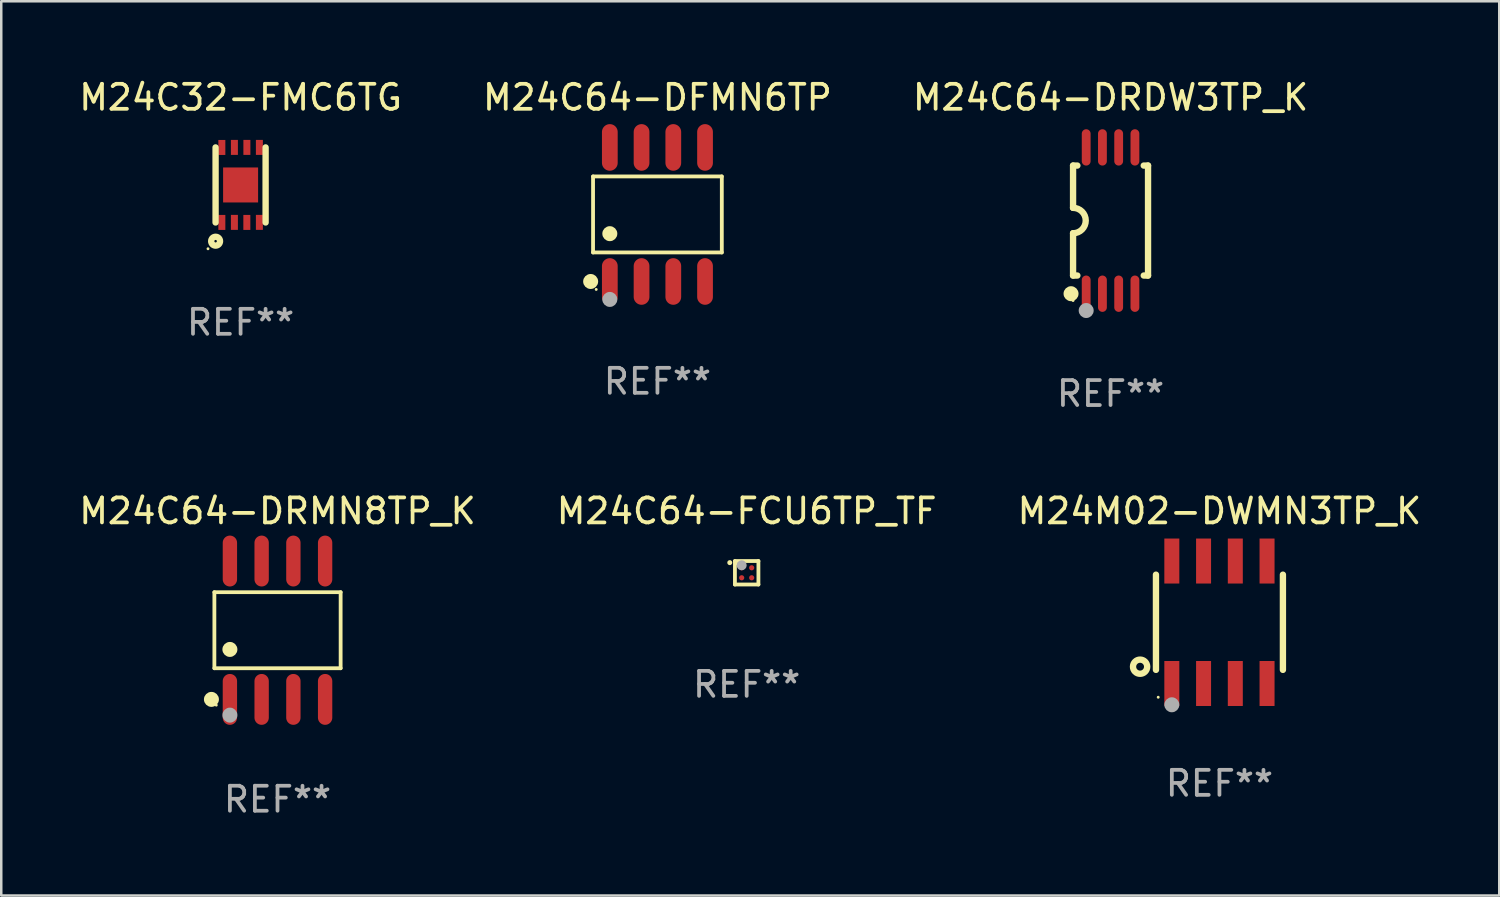
<source format=kicad_pcb>
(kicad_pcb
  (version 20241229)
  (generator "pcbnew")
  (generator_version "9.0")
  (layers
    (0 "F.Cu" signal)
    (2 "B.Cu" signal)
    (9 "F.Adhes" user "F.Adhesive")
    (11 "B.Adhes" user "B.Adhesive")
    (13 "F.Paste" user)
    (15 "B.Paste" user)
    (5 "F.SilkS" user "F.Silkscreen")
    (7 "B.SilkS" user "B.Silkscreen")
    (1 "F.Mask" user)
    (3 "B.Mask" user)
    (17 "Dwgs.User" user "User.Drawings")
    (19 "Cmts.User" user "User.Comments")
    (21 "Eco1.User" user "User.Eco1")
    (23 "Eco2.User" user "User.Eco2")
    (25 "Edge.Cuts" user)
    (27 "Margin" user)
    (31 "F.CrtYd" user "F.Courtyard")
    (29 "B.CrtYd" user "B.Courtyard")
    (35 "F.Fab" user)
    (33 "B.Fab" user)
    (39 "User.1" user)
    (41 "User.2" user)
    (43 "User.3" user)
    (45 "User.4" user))
  (footprint "M24C64-DFMN6TP"
    (layer "F.Cu")
    (at 23.256 5.531)
    (property "Reference" "M24C64-DFMN6TP" (at 0 -4.682 0) (layer "F.SilkS") (effects (font (size 1 1) (thickness 0.15))))
    (attr through_hole)
    (fp_line (start -2.576 -1.521) (end 2.576 -1.521) (stroke (width 0.152) (type solid)) (layer "F.SilkS"))
    (fp_line (start -2.576 1.521) (end -2.576 -1.521) (stroke (width 0.152) (type solid)) (layer "F.SilkS"))
    (fp_line (start 2.576 -1.521) (end 2.576 1.521) (stroke (width 0.152) (type solid)) (layer "F.SilkS"))
    (fp_line (start 2.576 1.521) (end -2.576 1.521) (stroke (width 0.152) (type solid)) (layer "F.SilkS"))
    (fp_circle (center -2.672 2.682) (end -2.522 2.682) (stroke (width 0.3) (type solid)) (fill no) (layer "F.SilkS"))
    (fp_circle (center -2.45 3) (end -2.42 3) (stroke (width 0.06) (type solid)) (fill no) (layer "F.SilkS"))
    (fp_circle (center -1.905 0.769) (end -1.755 0.769) (stroke (width 0.3) (type solid)) (fill no) (layer "F.SilkS"))
    (fp_circle (center -1.905 3.4) (end -1.755 3.4) (stroke (width 0.3) (type solid)) (fill no) (layer "F.Fab"))
    (fp_text user "REF**" (at 0 6.682 0) (layer "F.Fab") (effects (font (size 1 1) (thickness 0.15))))
    (pad "1" smd oval (at -1.905 2.682) (size 0.63 1.865) (layers "F.Cu" "F.Mask" "F.Paste"))
    (pad "2" smd oval (at -0.635 2.682) (size 0.63 1.865) (layers "F.Cu" "F.Mask" "F.Paste"))
    (pad "3" smd oval (at 0.635 2.682) (size 0.63 1.865) (layers "F.Cu" "F.Mask" "F.Paste"))
    (pad "4" smd oval (at 1.905 2.682) (size 0.63 1.865) (layers "F.Cu" "F.Mask" "F.Paste"))
    (pad "5" smd oval (at 1.905 -2.682) (size 0.63 1.865) (layers "F.Cu" "F.Mask" "F.Paste"))
    (pad "6" smd oval (at 0.635 -2.682) (size 0.63 1.865) (layers "F.Cu" "F.Mask" "F.Paste"))
    (pad "7" smd oval (at -0.635 -2.682) (size 0.63 1.865) (layers "F.Cu" "F.Mask" "F.Paste"))
    (pad "8" smd oval (at -1.905 -2.682) (size 0.63 1.865) (layers "F.Cu" "F.Mask" "F.Paste")))
  (footprint "M24C64-DRDW3TP_K"
    (layer "F.Cu")
    (at 41.387 5.775)
    (property "Reference" "M24C64-DRDW3TP_K" (at 0 -4.927 0) (layer "F.SilkS") (effects (font (size 1 1) (thickness 0.15))))
    (attr through_hole)
    (fp_line (start -1.5 -2.2) (end -1.5 -0.508) (stroke (width 0.254) (type solid)) (layer "F.SilkS"))
    (fp_line (start -1.5 -2.2) (end -1.328 -2.2) (stroke (width 0.254) (type solid)) (layer "F.SilkS"))
    (fp_line (start -1.5 2.2) (end -1.5 0.508) (stroke (width 0.254) (type solid)) (layer "F.SilkS"))
    (fp_line (start -1.5 2.2) (end -1.328 2.2) (stroke (width 0.254) (type solid)) (layer "F.SilkS"))
    (fp_line (start 1.328 -2.2) (end 1.5 -2.2) (stroke (width 0.254) (type solid)) (layer "F.SilkS"))
    (fp_line (start 1.328 2.2) (end 1.5 2.2) (stroke (width 0.254) (type solid)) (layer "F.SilkS"))
    (fp_line (start 1.5 -2.2) (end 1.5 2.2) (stroke (width 0.254) (type solid)) (layer "F.SilkS"))
    (fp_arc (start -1.501144 -0.508) (mid -0.993143 -0.000571) (end -1.5 0.508001) (stroke (width 0.254001) (type solid)) (layer "F.SilkS"))
    (fp_circle (center -1.581 2.927) (end -1.431 2.927) (stroke (width 0.3) (type solid)) (fill no) (layer "F.SilkS"))
    (fp_circle (center -1.5 3.2) (end -1.47 3.2) (stroke (width 0.06) (type solid)) (fill no) (layer "F.SilkS"))
    (fp_circle (center -0.975 3.6) (end -0.825 3.6) (stroke (width 0.3) (type solid)) (fill no) (layer "F.Fab"))
    (fp_text user "REF**" (at 0 6.927 0) (layer "F.Fab") (effects (font (size 1 1) (thickness 0.15))))
    (pad "1" smd oval (at -0.975 2.927) (size 0.353 1.454) (layers "F.Cu" "F.Mask" "F.Paste"))
    (pad "2" smd oval (at -0.325 2.927) (size 0.353 1.454) (layers "F.Cu" "F.Mask" "F.Paste"))
    (pad "3" smd oval (at 0.325 2.927) (size 0.353 1.454) (layers "F.Cu" "F.Mask" "F.Paste"))
    (pad "4" smd oval (at 0.975 2.927) (size 0.353 1.454) (layers "F.Cu" "F.Mask" "F.Paste"))
    (pad "5" smd oval (at 0.975 -2.927) (size 0.353 1.454) (layers "F.Cu" "F.Mask" "F.Paste"))
    (pad "6" smd oval (at 0.325 -2.927) (size 0.353 1.454) (layers "F.Cu" "F.Mask" "F.Paste"))
    (pad "7" smd oval (at -0.325 -2.927) (size 0.353 1.454) (layers "F.Cu" "F.Mask" "F.Paste"))
    (pad "8" smd oval (at -0.975 -2.927) (size 0.353 1.454) (layers "F.Cu" "F.Mask" "F.Paste")))
  (footprint "M24C64-FCU6TP_TF"
    (layer "F.Cu")
    (at 26.827 19.869)
    (property "Reference" "M24C64-FCU6TP_TF" (at 0 -2.47 0) (layer "F.SilkS") (effects (font (size 1 1) (thickness 0.15))))
    (attr through_hole)
    (fp_line (start -0.47 -0.47) (end 0.47 -0.47) (stroke (width 0.152) (type solid)) (layer "F.SilkS"))
    (fp_line (start -0.47 0.47) (end -0.47 -0.47) (stroke (width 0.152) (type solid)) (layer "F.SilkS"))
    (fp_line (start 0.47 -0.47) (end 0.47 0.47) (stroke (width 0.152) (type solid)) (layer "F.SilkS"))
    (fp_line (start 0.47 0.47) (end -0.47 0.47) (stroke (width 0.152) (type solid)) (layer "F.SilkS"))
    (fp_circle (center -0.676 -0.406) (end -0.626 -0.406) (stroke (width 0.1) (type solid)) (fill no) (layer "F.SilkS"))
    (fp_circle (center -0.395 -0.35) (end -0.365 -0.35) (stroke (width 0.06) (type solid)) (fill no) (layer "F.SilkS"))
    (fp_circle (center -0.2 -0.3) (end -0.1 -0.3) (stroke (width 0.2) (type solid)) (fill no) (layer "F.Fab"))
    (fp_text user "REF**" (at 0 4.47 0) (layer "F.Fab") (effects (font (size 1 1) (thickness 0.15))))
    (pad "A1" smd circle (at -0.2 -0.2) (size 0.208 0.208) (layers "F.Cu" "F.Mask" "F.Paste"))
    (pad "A2" smd circle (at 0.2 -0.2) (size 0.208 0.208) (layers "F.Cu" "F.Mask" "F.Paste"))
    (pad "B1" smd circle (at -0.2 0.2) (size 0.208 0.208) (layers "F.Cu" "F.Mask" "F.Paste"))
    (pad "B2" smd circle (at 0.2 0.2) (size 0.208 0.208) (layers "F.Cu" "F.Mask" "F.Paste")))
  (footprint "M24M02-DWMN3TP_K"
    (layer "F.Cu")
    (at 45.744 21.849)
    (property "Reference" "M24M02-DWMN3TP_K" (at 0 -4.45 0) (layer "F.SilkS") (effects (font (size 1 1) (thickness 0.15))))
    (attr through_hole)
    (fp_line (start -2.54 -1.905) (end -2.54 1.905) (stroke (width 0.254) (type solid)) (layer "F.SilkS"))
    (fp_line (start 2.54 -1.905) (end 2.54 1.905) (stroke (width 0.254) (type solid)) (layer "F.SilkS"))
    (fp_circle (center -3.175 1.778) (end -2.891 1.778) (stroke (width 0.254) (type solid)) (fill no) (layer "F.SilkS"))
    (fp_circle (center -2.45 3) (end -2.42 3) (stroke (width 0.06) (type solid)) (fill no) (layer "F.SilkS"))
    (fp_circle (center -1.905 3.302) (end -1.755 3.302) (stroke (width 0.3) (type solid)) (fill no) (layer "F.Fab"))
    (fp_text user "REF**" (at 0 6.45 0) (layer "F.Fab") (effects (font (size 1 1) (thickness 0.15))))
    (pad "1" smd rect (at -1.905 2.45) (size 0.6 1.8) (layers "F.Cu" "F.Mask" "F.Paste"))
    (pad "2" smd rect (at -0.635 2.45) (size 0.6 1.8) (layers "F.Cu" "F.Mask" "F.Paste"))
    (pad "3" smd rect (at 0.635 2.45) (size 0.6 1.8) (layers "F.Cu" "F.Mask" "F.Paste"))
    (pad "4" smd rect (at 1.905 2.45) (size 0.6 1.8) (layers "F.Cu" "F.Mask" "F.Paste"))
    (pad "5" smd rect (at 1.905 -2.45 180) (size 0.6 1.8) (layers "F.Cu" "F.Mask" "F.Paste"))
    (pad "6" smd rect (at 0.635 -2.45 180) (size 0.6 1.8) (layers "F.Cu" "F.Mask" "F.Paste"))
    (pad "7" smd rect (at -0.635 -2.45 180) (size 0.6 1.8) (layers "F.Cu" "F.Mask" "F.Paste"))
    (pad "8" smd rect (at -1.905 -2.45 180) (size 0.6 1.8) (layers "F.Cu" "F.Mask" "F.Paste")))
  (footprint "M24C32-FMC6TG"
    (layer "F.Cu")
    (at 6.577 4.35)
    (property "Reference" "M24C32-FMC6TG" (at 0 -3.502 0) (layer "F.SilkS") (effects (font (size 1 1) (thickness 0.15))))
    (attr through_hole)
    (fp_line (start -1.001 1.502) (end -1.001 -1.501) (stroke (width 0.254) (type solid)) (layer "F.SilkS"))
    (fp_line (start 1.001 1.502) (end 1.001 -1.501) (stroke (width 0.254) (type solid)) (layer "F.SilkS"))
    (fp_circle (center -1.304 2.554) (end -1.274 2.554) (stroke (width 0.06) (type solid)) (fill no) (layer "F.SilkS"))
    (fp_circle (center -1 2.251) (end -0.823 2.251) (stroke (width 0.254) (type solid)) (fill no) (layer "F.SilkS"))
    (fp_text user "REF**" (at 0 5.502 0) (layer "F.Fab") (effects (font (size 1 1) (thickness 0.15))))
    (pad "1" smd rect (at -0.75 1.5 180) (size 0.28 0.6) (layers "F.Cu" "F.Mask" "F.Paste"))
    (pad "2" smd rect (at -0.248 1.498 180) (size 0.28 0.6) (layers "F.Cu" "F.Mask" "F.Paste"))
    (pad "3" smd rect (at 0.25 1.5 180) (size 0.28 0.6) (layers "F.Cu" "F.Mask" "F.Paste"))
    (pad "4" smd rect (at 0.752 1.498 180) (size 0.28 0.6) (layers "F.Cu" "F.Mask" "F.Paste"))
    (pad "5" smd rect (at 0.752 -1.502 180) (size 0.28 0.6) (layers "F.Cu" "F.Mask" "F.Paste"))
    (pad "6" smd rect (at 0.252 -1.502 180) (size 0.28 0.6) (layers "F.Cu" "F.Mask" "F.Paste"))
    (pad "7" smd rect (at -0.248 -1.502 180) (size 0.28 0.6) (layers "F.Cu" "F.Mask" "F.Paste"))
    (pad "8" smd rect (at -0.75 -1.5 180) (size 0.28 0.6) (layers "F.Cu" "F.Mask" "F.Paste"))
    (pad "9" smd rect (at 0.000051 0.001 270) (size 1.4 1.4) (layers "F.Cu" "F.Mask" "F.Paste")))
  (footprint "M24C64-DRMN8TP_K"
    (layer "F.Cu")
    (at 8.054 22.167)
    (property "Reference" "M24C64-DRMN8TP_K" (at 0 -4.768 0) (layer "F.SilkS") (effects (font (size 1 1) (thickness 0.15))))
    (attr through_hole)
    (fp_line (start -2.526 -1.521) (end 2.526 -1.521) (stroke (width 0.152) (type solid)) (layer "F.SilkS"))
    (fp_line (start -2.526 1.521) (end -2.526 -1.521) (stroke (width 0.152) (type solid)) (layer "F.SilkS"))
    (fp_line (start 2.526 -1.521) (end 2.526 1.521) (stroke (width 0.152) (type solid)) (layer "F.SilkS"))
    (fp_line (start 2.526 1.521) (end -2.526 1.521) (stroke (width 0.152) (type solid)) (layer "F.SilkS"))
    (fp_circle (center -2.644 2.768) (end -2.494 2.768) (stroke (width 0.3) (type solid)) (fill no) (layer "F.SilkS"))
    (fp_circle (center -2.45 2.998) (end -2.42 2.998) (stroke (width 0.06) (type solid)) (fill no) (layer "F.SilkS"))
    (fp_circle (center -1.905 0.769) (end -1.755 0.769) (stroke (width 0.3) (type solid)) (fill no) (layer "F.SilkS"))
    (fp_circle (center -1.905 3.398) (end -1.755 3.398) (stroke (width 0.3) (type solid)) (fill no) (layer "F.Fab"))
    (fp_text user "REF**" (at 0 6.768 0) (layer "F.Fab") (effects (font (size 1 1) (thickness 0.15))))
    (pad "1" smd oval (at -1.905 2.768) (size 0.574 2.036) (layers "F.Cu" "F.Mask" "F.Paste"))
    (pad "2" smd oval (at -0.635 2.768) (size 0.574 2.036) (layers "F.Cu" "F.Mask" "F.Paste"))
    (pad "3" smd oval (at 0.635 2.768) (size 0.574 2.036) (layers "F.Cu" "F.Mask" "F.Paste"))
    (pad "4" smd oval (at 1.905 2.768) (size 0.574 2.036) (layers "F.Cu" "F.Mask" "F.Paste"))
    (pad "5" smd oval (at 1.905 -2.768) (size 0.574 2.036) (layers "F.Cu" "F.Mask" "F.Paste"))
    (pad "6" smd oval (at 0.635 -2.768) (size 0.574 2.036) (layers "F.Cu" "F.Mask" "F.Paste"))
    (pad "7" smd oval (at -0.635 -2.768) (size 0.574 2.036) (layers "F.Cu" "F.Mask" "F.Paste"))
    (pad "8" smd oval (at -1.905 -2.768) (size 0.574 2.036) (layers "F.Cu" "F.Mask" "F.Paste")))
  (gr_rect
    (start -3 -3)
    (end 56.94 32.783)
    (stroke (width 0.1) (type default))
    (fill no)
    (layer "Edge.Cuts")))
</source>
